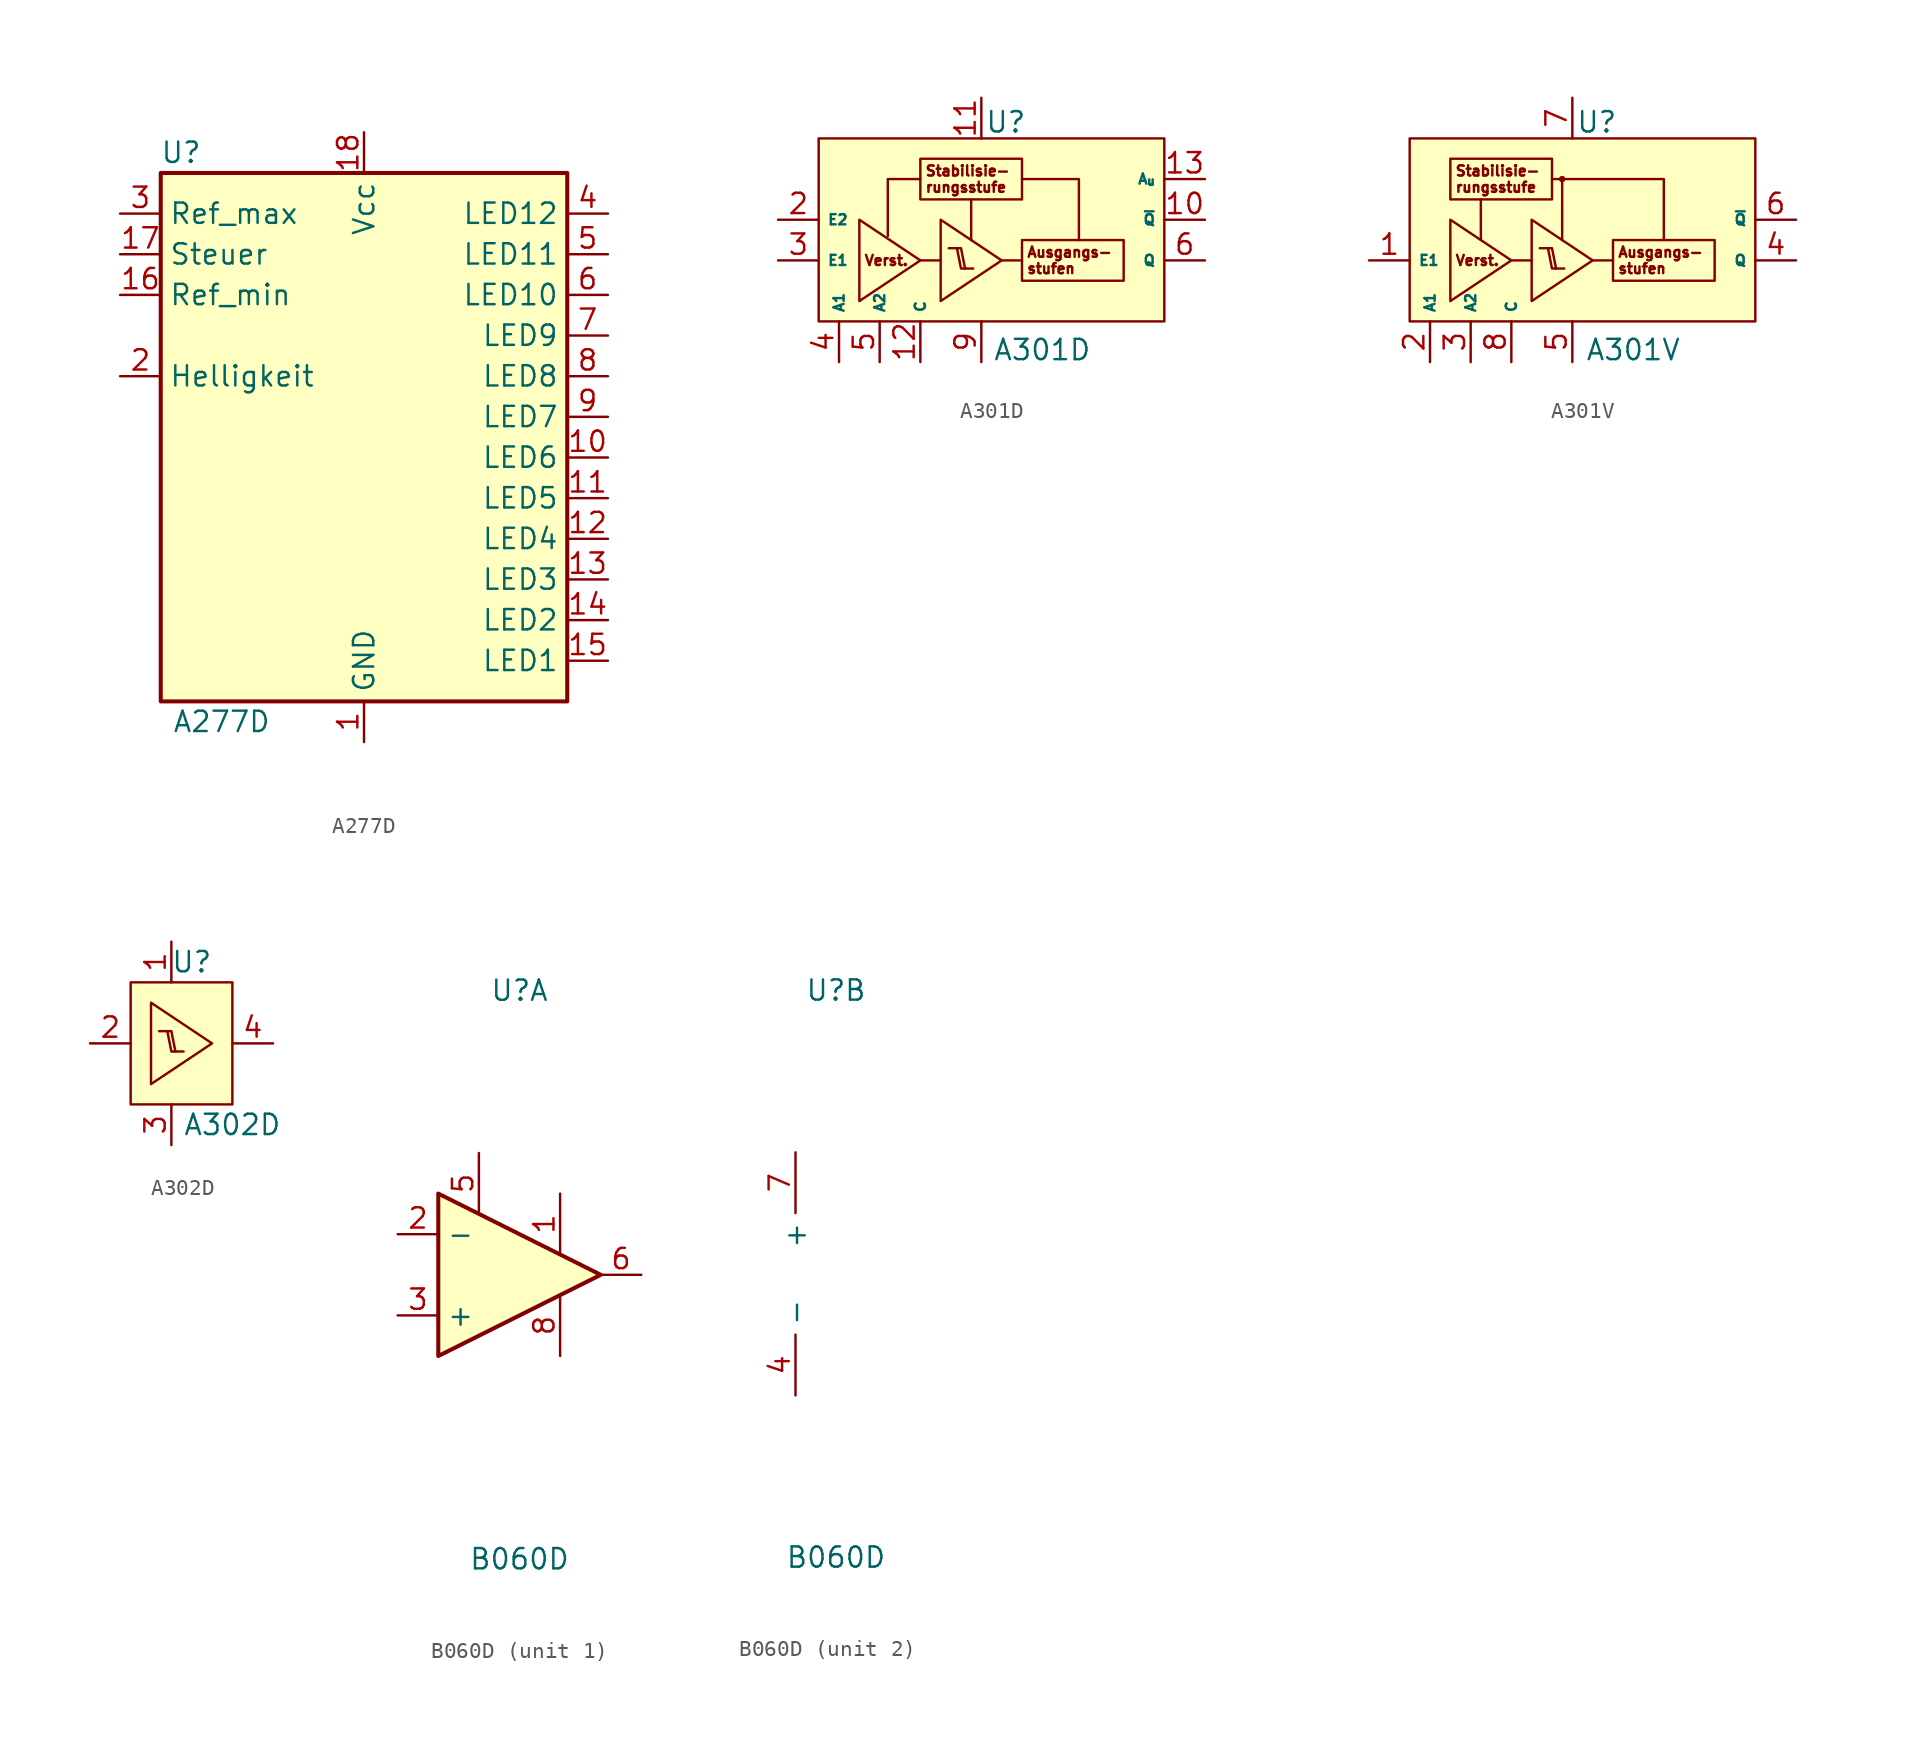
<source format=kicad_sym>
(kicad_symbol_lib
  (version 20241209)
  (generator "kicad_symbol_editor")
  (generator_version "9.0")
  (symbol "A277D"
    (property "Reference" "U"
      (at -11.43 17.78 0)
      (effects (font (size 1.27 1.27))))
    (property "Value" "A277D"
      (at -8.89 -17.78 0)
      (effects (font (size 1.27 1.27))))
    (symbol "A277D_0_1"
      (rectangle (start -12.7 16.51) (end 12.7 -16.51) (stroke (width 0.254) (type default)) (fill (type background))))
    (symbol "A277D_1_1"
      (pin input line (at -15.24 13.97 0) (length 2.54) (name "Ref_max" (effects (font (size 1.27 1.27)))) (number "3" (effects (font (size 1.27 1.27)))))
      (pin input line (at -15.24 11.43 0) (length 2.54) (name "Steuer" (effects (font (size 1.27 1.27)))) (number "17" (effects (font (size 1.27 1.27)))))
      (pin input line (at -15.24 8.89 0) (length 2.54) (name "Ref_min" (effects (font (size 1.27 1.27)))) (number "16" (effects (font (size 1.27 1.27)))))
      (pin passive line (at -15.24 3.81 0) (length 2.54) (name "Helligkeit" (effects (font (size 1.27 1.27)))) (number "2" (effects (font (size 1.27 1.27)))))
      (pin power_in line (at 0 19.05 270) (length 2.54) (name "Vcc" (effects (font (size 1.27 1.27)))) (number "18" (effects (font (size 1.27 1.27)))))
      (pin power_in line (at 0 -19.05 90) (length 2.54) (name "GND" (effects (font (size 1.27 1.27)))) (number "1" (effects (font (size 1.27 1.27)))))
      (pin output line (at 15.24 13.97 180) (length 2.54) (name "LED12" (effects (font (size 1.27 1.27)))) (number "4" (effects (font (size 1.27 1.27)))))
      (pin output line (at 15.24 11.43 180) (length 2.54) (name "LED11" (effects (font (size 1.27 1.27)))) (number "5" (effects (font (size 1.27 1.27)))))
      (pin output line (at 15.24 8.89 180) (length 2.54) (name "LED10" (effects (font (size 1.27 1.27)))) (number "6" (effects (font (size 1.27 1.27)))))
      (pin output line (at 15.24 6.35 180) (length 2.54) (name "LED9" (effects (font (size 1.27 1.27)))) (number "7" (effects (font (size 1.27 1.27)))))
      (pin output line (at 15.24 3.81 180) (length 2.54) (name "LED8" (effects (font (size 1.27 1.27)))) (number "8" (effects (font (size 1.27 1.27)))))
      (pin output line (at 15.24 1.27 180) (length 2.54) (name "LED7" (effects (font (size 1.27 1.27)))) (number "9" (effects (font (size 1.27 1.27)))))
      (pin output line (at 15.24 -1.27 180) (length 2.54) (name "LED6" (effects (font (size 1.27 1.27)))) (number "10" (effects (font (size 1.27 1.27)))))
      (pin output line (at 15.24 -3.81 180) (length 2.54) (name "LED5" (effects (font (size 1.27 1.27)))) (number "11" (effects (font (size 1.27 1.27)))))
      (pin output line (at 15.24 -6.35 180) (length 2.54) (name "LED4" (effects (font (size 1.27 1.27)))) (number "12" (effects (font (size 1.27 1.27)))))
      (pin output line (at 15.24 -8.89 180) (length 2.54) (name "LED3" (effects (font (size 1.27 1.27)))) (number "13" (effects (font (size 1.27 1.27)))))
      (pin output line (at 15.24 -11.43 180) (length 2.54) (name "LED2" (effects (font (size 1.27 1.27)))) (number "14" (effects (font (size 1.27 1.27)))))
      (pin output line (at 15.24 -13.97 180) (length 2.54) (name "LED1" (effects (font (size 1.27 1.27)))) (number "15" (effects (font (size 1.27 1.27)))))))
  (symbol "A301D"
    (property "Reference" "U"
      (at 1.524 8.636 0)
      (effects (font (size 1.27 1.27))))
    (property "Value" "A301D"
      (at 3.81 -5.588 0)
      (effects (font (size 1.27 1.27))))
    (symbol "A301D_0_1"
      (rectangle (start -10.16 7.62) (end 11.43 -3.81) (stroke (width 0) (type default)) (fill (type background)))
      (polyline (pts (xy -7.62 2.54) (xy -3.81 0) (xy -7.62 -2.54) (xy -7.62 2.54)) (stroke (width 0) (type default)) (fill (type none)))
      (rectangle (start -3.81 6.35) (end 2.54 3.81) (stroke (width 0) (type default)) (fill (type none)))
      (polyline (pts (xy -3.81 5.08) (xy -5.842 5.08) (xy -5.842 1.524)) (stroke (width 0) (type default)) (fill (type none)))
      (polyline (pts (xy -3.81 0) (xy -2.54 0)) (stroke (width 0) (type default)) (fill (type none)))
      (polyline (pts (xy -2.54 2.54) (xy 1.27 0) (xy -2.54 -2.54) (xy -2.54 2.54)) (stroke (width 0) (type default)) (fill (type none)))
      (polyline (pts (xy -2.032 0.762) (xy -1.27 0.762) (xy -1.016 -0.508)) (stroke (width 0) (type default)) (fill (type none)))
      (polyline (pts (xy -1.524 0.762) (xy -1.27 -0.508) (xy -0.508 -0.508)) (stroke (width 0) (type default)) (fill (type none)))
      (polyline (pts (xy -0.635 1.27) (xy -0.635 3.81)) (stroke (width 0) (type default)) (fill (type none)))
      (polyline (pts (xy 1.27 0) (xy 2.54 0)) (stroke (width 0) (type default)) (fill (type none)))
      (polyline (pts (xy 2.54 5.08) (xy 6.096 5.08) (xy 6.096 1.27)) (stroke (width 0) (type default)) (fill (type none)))
      (rectangle (start 2.54 1.27) (end 8.89 -1.27) (stroke (width 0) (type default)) (fill (type none))))
    (symbol "A301D_1_1"
      (text "Verst." (at -7.366 0 0) (effects (font (size 0.635 0.635)) (justify left)))
      (text "Stabilisie-\nrungsstufe" (at -3.556 5.08 0) (effects (font (size 0.635 0.635)) (justify left)))
      (text "Ausgangs-\nstufen" (at 2.794 0 0) (effects (font (size 0.635 0.635)) (justify left)))
      (pin input line (at -12.7 2.54 0) (length 2.54) (name "E2" (effects (font (size 0.635 0.635)))) (number "2" (effects (font (size 1.27 1.27)))))
      (pin input line (at -12.7 0 0) (length 2.54) (name "E1" (effects (font (size 0.635 0.635)))) (number "3" (effects (font (size 1.27 1.27)))))
      (pin no_connect line (at -8.89 10.16 270) (length 2.54) (hide yes) (name "~" (effects (font (size 1.27 1.27)))) (number "1" (effects (font (size 1.27 1.27)))))
      (pin output line (at -8.89 -6.35 90) (length 2.54) (name "A1" (effects (font (size 0.635 0.635)))) (number "4" (effects (font (size 1.27 1.27)))))
      (pin no_connect line (at -6.35 10.16 270) (length 2.54) (hide yes) (name "~" (effects (font (size 1.27 1.27)))) (number "7" (effects (font (size 1.27 1.27)))))
      (pin output line (at -6.35 -6.35 90) (length 2.54) (name "A2" (effects (font (size 0.635 0.635)))) (number "5" (effects (font (size 1.27 1.27)))))
      (pin no_connect line (at -3.81 10.16 270) (length 2.54) (hide yes) (name "~" (effects (font (size 1.27 1.27)))) (number "8" (effects (font (size 1.27 1.27)))))
      (pin unspecified line (at -3.81 -6.35 90) (length 2.54) (name "C" (effects (font (size 0.635 0.635)))) (number "12" (effects (font (size 1.27 1.27)))))
      (pin power_in line (at 0 10.16 270) (length 2.54) (name "~" (effects (font (size 1.27 1.27)))) (number "11" (effects (font (size 1.27 1.27)))))
      (pin power_in line (at 0 -6.35 90) (length 2.54) (name "~" (effects (font (size 1.27 1.27)))) (number "9" (effects (font (size 1.27 1.27)))))
      (pin no_connect line (at 10.16 10.16 270) (length 2.54) (hide yes) (name "~" (effects (font (size 1.27 1.27)))) (number "14" (effects (font (size 1.27 1.27)))))
      (pin output line (at 13.97 5.08 180) (length 2.54) (name "A_{u}" (effects (font (size 0.635 0.635)))) (number "13" (effects (font (size 1.27 1.27)))))
      (pin output line (at 13.97 2.54 180) (length 2.54) (name "~{Q}" (effects (font (size 0.635 0.635)))) (number "10" (effects (font (size 1.27 1.27)))))
      (pin output line (at 13.97 0 180) (length 2.54) (name "Q" (effects (font (size 0.635 0.635)))) (number "6" (effects (font (size 1.27 1.27)))))))
  (symbol "A301V"
    (property "Reference" "U"
      (at 1.524 8.636 0)
      (effects (font (size 1.27 1.27))))
    (property "Value" "A301V"
      (at 3.81 -5.588 0)
      (effects (font (size 1.27 1.27))))
    (symbol "A301V_0_1"
      (rectangle (start -10.16 7.62) (end 11.43 -3.81) (stroke (width 0) (type default)) (fill (type background)))
      (rectangle (start -7.62 6.35) (end -1.27 3.81) (stroke (width 0) (type default)) (fill (type none)))
      (polyline (pts (xy -7.62 2.54) (xy -3.81 0) (xy -7.62 -2.54) (xy -7.62 2.54)) (stroke (width 0) (type default)) (fill (type none)))
      (polyline (pts (xy -5.715 1.27) (xy -5.715 3.81)) (stroke (width 0) (type default)) (fill (type none)))
      (polyline (pts (xy -3.81 0) (xy -2.54 0)) (stroke (width 0) (type default)) (fill (type none)))
      (polyline (pts (xy -2.54 2.54) (xy 1.27 0) (xy -2.54 -2.54) (xy -2.54 2.54)) (stroke (width 0) (type default)) (fill (type none)))
      (polyline (pts (xy -2.032 0.762) (xy -1.27 0.762) (xy -1.016 -0.508)) (stroke (width 0) (type default)) (fill (type none)))
      (polyline (pts (xy -1.524 0.762) (xy -1.27 -0.508) (xy -0.508 -0.508)) (stroke (width 0) (type default)) (fill (type none)))
      (polyline (pts (xy -1.27 5.08) (xy 5.715 5.08) (xy 5.715 1.27)) (stroke (width 0) (type default)) (fill (type none)))
      (polyline (pts (xy -0.635 1.27) (xy -0.635 5.08)) (stroke (width 0) (type default)) (fill (type none)))
      (polyline (pts (xy 1.27 0) (xy 2.54 0)) (stroke (width 0) (type default)) (fill (type none)))
      (rectangle (start 2.54 1.27) (end 8.89 -1.27) (stroke (width 0) (type default)) (fill (type none))))
    (symbol "A301V_1_1"
      (circle (center -0.635 5.08) (radius 0.127) (stroke (width 0) (type solid)) (fill (type outline)))
      (text "Stabilisie-\nrungsstufe" (at -7.366 5.08 0) (effects (font (size 0.635 0.635)) (justify left)))
      (text "Verst." (at -7.366 0 0) (effects (font (size 0.635 0.635)) (justify left)))
      (text "Ausgangs-\nstufen" (at 2.794 0 0) (effects (font (size 0.635 0.635)) (justify left)))
      (pin input line (at -12.7 0 0) (length 2.54) (name "E1" (effects (font (size 0.635 0.635)))) (number "1" (effects (font (size 1.27 1.27)))))
      (pin output line (at -8.89 -6.35 90) (length 2.54) (name "A1" (effects (font (size 0.635 0.635)))) (number "2" (effects (font (size 1.27 1.27)))))
      (pin output line (at -6.35 -6.35 90) (length 2.54) (name "A2" (effects (font (size 0.635 0.635)))) (number "3" (effects (font (size 1.27 1.27)))))
      (pin unspecified line (at -3.81 -6.35 90) (length 2.54) (name "C" (effects (font (size 0.635 0.635)))) (number "8" (effects (font (size 1.27 1.27)))))
      (pin power_in line (at 0 10.16 270) (length 2.54) (name "~" (effects (font (size 1.27 1.27)))) (number "7" (effects (font (size 1.27 1.27)))))
      (pin power_in line (at 0 -6.35 90) (length 2.54) (name "~" (effects (font (size 1.27 1.27)))) (number "5" (effects (font (size 1.27 1.27)))))
      (pin output line (at 13.97 2.54 180) (length 2.54) (name "~{Q}" (effects (font (size 0.635 0.635)))) (number "6" (effects (font (size 1.27 1.27)))))
      (pin output line (at 13.97 0 180) (length 2.54) (name "Q" (effects (font (size 0.635 0.635)))) (number "4" (effects (font (size 1.27 1.27)))))))
  (symbol "A302D"
    (pin_names
      (offset 1.016))
    (property "Reference" "U"
      (at 1.27 5.08 0)
      (effects (font (size 1.27 1.27))))
    (property "Value" "A302D"
      (at 3.81 -5.08 0)
      (effects (font (size 1.27 1.27))))
    (symbol "A302D_0_1"
      (rectangle (start -2.54 3.81) (end 3.81 -3.81) (stroke (width 0) (type default)) (fill (type background)))
      (polyline (pts (xy -1.27 2.54) (xy 2.54 0) (xy -1.27 -2.54) (xy -1.27 2.54)) (stroke (width 0) (type default)) (fill (type none)))
      (polyline (pts (xy -0.762 0.762) (xy 0 0.762) (xy 0.254 -0.508)) (stroke (width 0) (type default)) (fill (type none)))
      (polyline (pts (xy -0.254 0.762) (xy 0 -0.508) (xy 0.762 -0.508)) (stroke (width 0) (type default)) (fill (type none))))
    (symbol "A302D_1_1"
      (pin input line (at -5.08 0 0) (length 2.54) (name "~" (effects (font (size 1.27 1.27)))) (number "2" (effects (font (size 1.27 1.27)))))
      (pin power_in line (at 0 6.35 270) (length 2.54) (name "~" (effects (font (size 1.27 1.27)))) (number "1" (effects (font (size 1.27 1.27)))))
      (pin power_in line (at 0 -6.35 90) (length 2.54) (name "~" (effects (font (size 1.27 1.27)))) (number "3" (effects (font (size 1.27 1.27)))))
      (pin output line (at 6.35 0 180) (length 2.54) (name "~" (effects (font (size 1.27 1.27)))) (number "4" (effects (font (size 1.27 1.27)))))))
  (symbol "B060D"
    (property "Reference" "U"
      (at 0 17.78 0)
      (effects (font (size 1.27 1.27))))
    (property "Value" "B060D"
      (at 0 -17.78 0)
      (effects (font (size 1.27 1.27))))
    (property "ki_locked" ""
      (at 0 0 0)
      (effects (font (size 1.27 1.27))))
    (symbol "B060D_1_1"
      (polyline (pts (xy -5.08 5.08) (xy 5.08 0) (xy -5.08 -5.08) (xy -5.08 5.08)) (stroke (width 0.254) (type default)) (fill (type background)))
      (pin input line (at -7.62 2.54 0) (length 2.54) (name "-" (effects (font (size 1.27 1.27)))) (number "2" (effects (font (size 1.27 1.27)))))
      (pin input line (at -7.62 -2.54 0) (length 2.54) (name "+" (effects (font (size 1.27 1.27)))) (number "3" (effects (font (size 1.27 1.27)))))
      (pin passive line (at -2.54 7.62 270) (length 3.81) (name "~" (effects (font (size 1.27 1.27)))) (number "5" (effects (font (size 1.27 1.27)))))
      (pin passive line (at 2.54 5.08 270) (length 3.81) (name "~" (effects (font (size 1.27 1.27)))) (number "1" (effects (font (size 1.27 1.27)))))
      (pin passive line (at 2.54 -5.08 90) (length 3.81) (name "~" (effects (font (size 1.27 1.27)))) (number "8" (effects (font (size 1.27 1.27)))))
      (pin output line (at 7.62 0 180) (length 2.54) (name "~" (effects (font (size 1.27 1.27)))) (number "6" (effects (font (size 1.27 1.27))))))
    (symbol "B060D_2_1"
      (pin power_in line (at -2.54 7.62 270) (length 3.81) (name "+" (effects (font (size 1.27 1.27)))) (number "7" (effects (font (size 1.27 1.27)))))
      (pin power_in line (at -2.54 -7.62 90) (length 3.81) (name "-" (effects (font (size 1.27 1.27)))) (number "4" (effects (font (size 1.27 1.27))))))))
</source>
